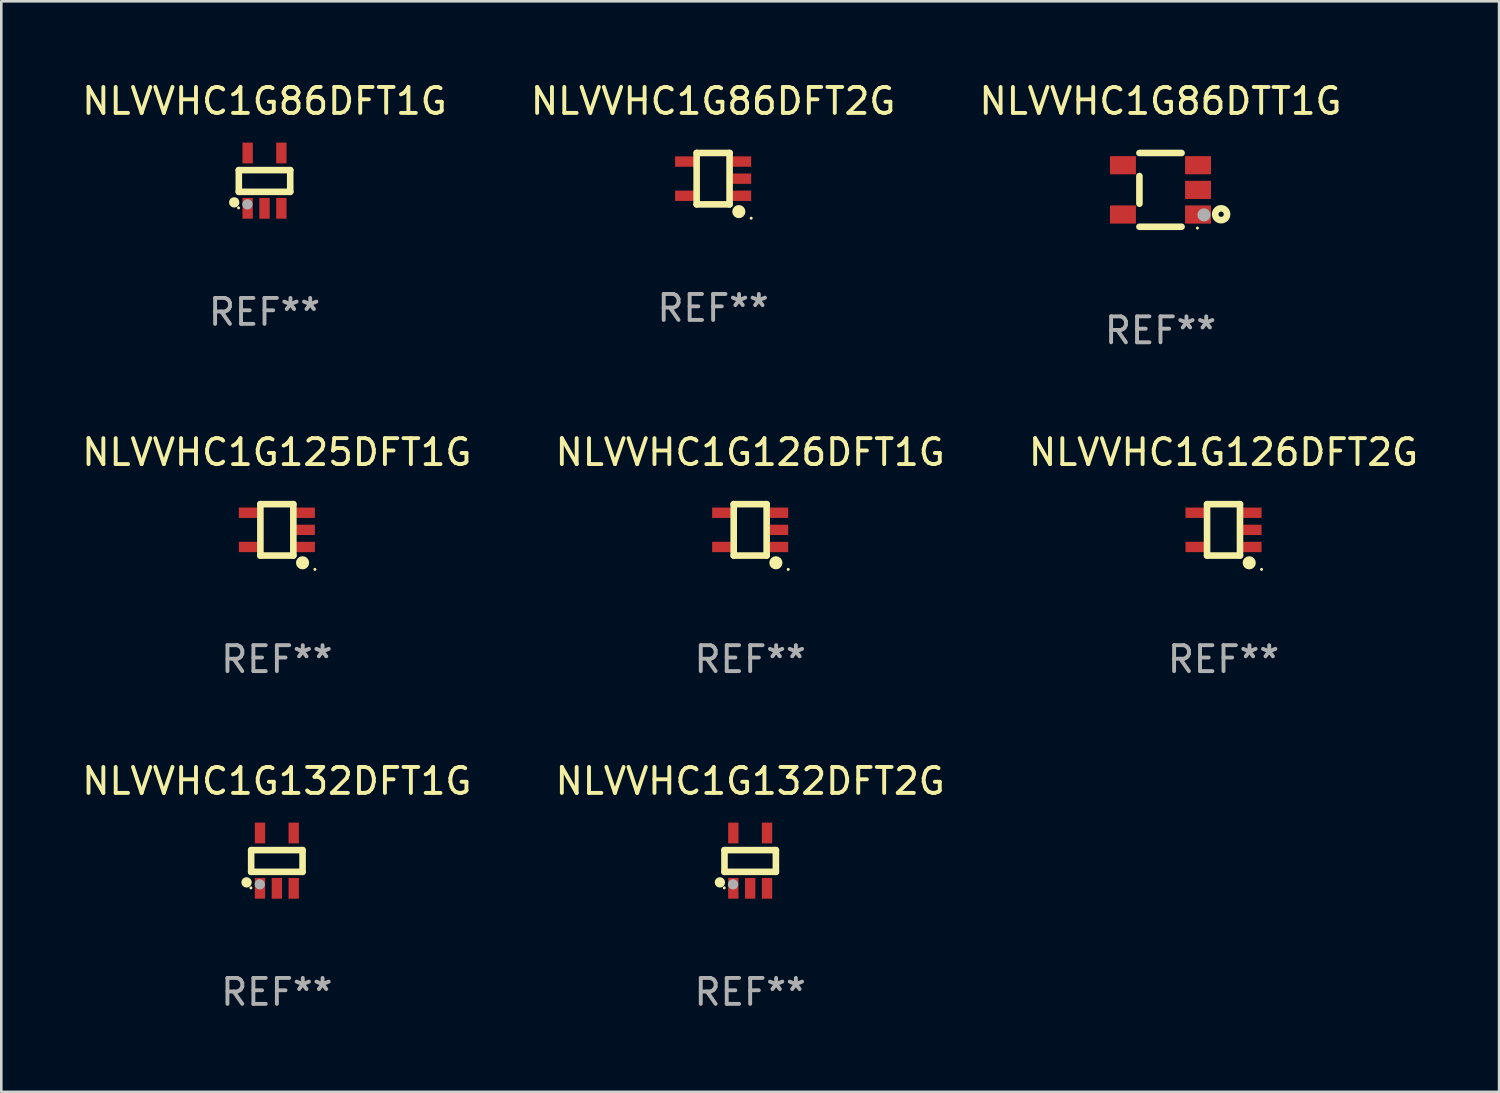
<source format=kicad_pcb>
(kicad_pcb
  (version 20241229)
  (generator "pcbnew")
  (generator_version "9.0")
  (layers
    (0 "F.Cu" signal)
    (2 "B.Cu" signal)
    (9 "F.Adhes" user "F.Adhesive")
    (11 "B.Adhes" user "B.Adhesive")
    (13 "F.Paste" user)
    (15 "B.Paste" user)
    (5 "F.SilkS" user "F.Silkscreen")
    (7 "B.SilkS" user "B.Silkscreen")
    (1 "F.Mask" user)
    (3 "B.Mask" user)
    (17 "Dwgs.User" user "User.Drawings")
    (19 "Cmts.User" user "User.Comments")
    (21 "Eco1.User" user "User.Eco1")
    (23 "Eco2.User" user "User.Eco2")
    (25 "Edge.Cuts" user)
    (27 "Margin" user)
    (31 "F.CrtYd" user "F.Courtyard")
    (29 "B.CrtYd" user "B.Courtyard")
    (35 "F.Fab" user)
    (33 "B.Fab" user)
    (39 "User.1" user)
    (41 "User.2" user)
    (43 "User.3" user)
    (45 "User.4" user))
  (footprint "NLVVHC1G126DFT1G"
    (layer "F.Cu")
    (at 25.875 17.38)
    (property "Reference" "NLVVHC1G126DFT1G" (at 0 -2.991 0) (layer "F.SilkS") (effects (font (size 1 1) (thickness 0.15))))
    (attr through_hole)
    (fp_line (start -0.635 -0.991) (end 0.635 -0.991) (stroke (width 0.254) (type solid)) (layer "F.SilkS"))
    (fp_line (start -0.635 0.991) (end -0.635 -0.991) (stroke (width 0.254) (type solid)) (layer "F.SilkS"))
    (fp_line (start 0.635 -0.991) (end 0.635 0.991) (stroke (width 0.254) (type solid)) (layer "F.SilkS"))
    (fp_line (start 0.635 0.991) (end -0.635 0.991) (stroke (width 0.254) (type solid)) (layer "F.SilkS"))
    (fp_circle (center 0.991 1.27) (end 1.118 1.27) (stroke (width 0.254) (type solid)) (fill no) (layer "F.SilkS"))
    (fp_circle (center 1.467 1.524) (end 1.497 1.524) (stroke (width 0.06) (type solid)) (fill no) (layer "F.SilkS"))
    (fp_text user "REF**" (at 0 4.991 0) (layer "F.Fab") (effects (font (size 1 1) (thickness 0.15))))
    (pad "1" smd rect (at 1.067 0.66 180) (size 0.8 0.399) (layers "F.Cu" "F.Mask" "F.Paste"))
    (pad "2" smd rect (at 1.067 0 180) (size 0.8 0.399) (layers "F.Cu" "F.Mask" "F.Paste"))
    (pad "3" smd rect (at 1.067 -0.66 180) (size 0.8 0.399) (layers "F.Cu" "F.Mask" "F.Paste"))
    (pad "4" smd rect (at -1.067 -0.66 180) (size 0.8 0.399) (layers "F.Cu" "F.Mask" "F.Paste"))
    (pad "5" smd rect (at -1.066 0.659 180) (size 0.8 0.399) (layers "F.Cu" "F.Mask" "F.Paste")))
  (footprint "NLVVHC1G132DFT2G"
    (layer "F.Cu")
    (at 25.875 30.134)
    (property "Reference" "NLVVHC1G132DFT2G" (at 0 -3.067 0) (layer "F.SilkS") (effects (font (size 1 1) (thickness 0.15))))
    (attr through_hole)
    (fp_line (start -0.991 -0.406) (end 0.991 -0.406) (stroke (width 0.254) (type solid)) (layer "F.SilkS"))
    (fp_line (start -0.991 0.432) (end -0.991 -0.406) (stroke (width 0.254) (type solid)) (layer "F.SilkS"))
    (fp_line (start 0.991 -0.406) (end 0.991 0.432) (stroke (width 0.254) (type solid)) (layer "F.SilkS"))
    (fp_line (start 0.991 0.432) (end -0.991 0.432) (stroke (width 0.254) (type solid)) (layer "F.SilkS"))
    (fp_circle (center -1.168 0.838) (end -1.068 0.838) (stroke (width 0.2) (type solid)) (fill no) (layer "F.SilkS"))
    (fp_circle (center -1 1.05) (end -0.97 1.05) (stroke (width 0.06) (type solid)) (fill no) (layer "F.SilkS"))
    (fp_circle (center -0.66 0.914) (end -0.56 0.914) (stroke (width 0.2) (type solid)) (fill no) (layer "F.Fab"))
    (fp_text user "REF**" (at 0 5.067 0) (layer "F.Fab") (effects (font (size 1 1) (thickness 0.15))))
    (pad "1" smd rect (at -0.65 1.067 90) (size 0.8 0.399) (layers "F.Cu" "F.Mask" "F.Paste"))
    (pad "2" smd rect (at 0 1.067 90) (size 0.8 0.399) (layers "F.Cu" "F.Mask" "F.Paste"))
    (pad "3" smd rect (at 0.65 1.067 90) (size 0.8 0.399) (layers "F.Cu" "F.Mask" "F.Paste"))
    (pad "4" smd rect (at 0.65 -1.067 90) (size 0.8 0.399) (layers "F.Cu" "F.Mask" "F.Paste"))
    (pad "5" smd rect (at -0.65 -1.066 90) (size 0.8 0.399) (layers "F.Cu" "F.Mask" "F.Paste")))
  (footprint "NLVVHC1G125DFT1G"
    (layer "F.Cu")
    (at 7.625 17.38)
    (property "Reference" "NLVVHC1G125DFT1G" (at 0 -2.991 0) (layer "F.SilkS") (effects (font (size 1 1) (thickness 0.15))))
    (attr through_hole)
    (fp_line (start -0.635 -0.991) (end 0.635 -0.991) (stroke (width 0.254) (type solid)) (layer "F.SilkS"))
    (fp_line (start -0.635 0.991) (end -0.635 -0.991) (stroke (width 0.254) (type solid)) (layer "F.SilkS"))
    (fp_line (start 0.635 -0.991) (end 0.635 0.991) (stroke (width 0.254) (type solid)) (layer "F.SilkS"))
    (fp_line (start 0.635 0.991) (end -0.635 0.991) (stroke (width 0.254) (type solid)) (layer "F.SilkS"))
    (fp_circle (center 0.991 1.27) (end 1.118 1.27) (stroke (width 0.254) (type solid)) (fill no) (layer "F.SilkS"))
    (fp_circle (center 1.467 1.524) (end 1.497 1.524) (stroke (width 0.06) (type solid)) (fill no) (layer "F.SilkS"))
    (fp_text user "REF**" (at 0 4.991 0) (layer "F.Fab") (effects (font (size 1 1) (thickness 0.15))))
    (pad "1" smd rect (at 1.067 0.66 180) (size 0.8 0.399) (layers "F.Cu" "F.Mask" "F.Paste"))
    (pad "2" smd rect (at 1.067 0 180) (size 0.8 0.399) (layers "F.Cu" "F.Mask" "F.Paste"))
    (pad "3" smd rect (at 1.067 -0.66 180) (size 0.8 0.399) (layers "F.Cu" "F.Mask" "F.Paste"))
    (pad "4" smd rect (at -1.067 -0.66 180) (size 0.8 0.399) (layers "F.Cu" "F.Mask" "F.Paste"))
    (pad "5" smd rect (at -1.066 0.659 180) (size 0.8 0.399) (layers "F.Cu" "F.Mask" "F.Paste")))
  (footprint "NLVVHC1G132DFT1G"
    (layer "F.Cu")
    (at 7.625 30.134)
    (property "Reference" "NLVVHC1G132DFT1G" (at 0 -3.067 0) (layer "F.SilkS") (effects (font (size 1 1) (thickness 0.15))))
    (attr through_hole)
    (fp_line (start -0.991 -0.406) (end 0.991 -0.406) (stroke (width 0.254) (type solid)) (layer "F.SilkS"))
    (fp_line (start -0.991 0.432) (end -0.991 -0.406) (stroke (width 0.254) (type solid)) (layer "F.SilkS"))
    (fp_line (start 0.991 -0.406) (end 0.991 0.432) (stroke (width 0.254) (type solid)) (layer "F.SilkS"))
    (fp_line (start 0.991 0.432) (end -0.991 0.432) (stroke (width 0.254) (type solid)) (layer "F.SilkS"))
    (fp_circle (center -1.168 0.838) (end -1.068 0.838) (stroke (width 0.2) (type solid)) (fill no) (layer "F.SilkS"))
    (fp_circle (center -1 1.05) (end -0.97 1.05) (stroke (width 0.06) (type solid)) (fill no) (layer "F.SilkS"))
    (fp_circle (center -0.66 0.914) (end -0.56 0.914) (stroke (width 0.2) (type solid)) (fill no) (layer "F.Fab"))
    (fp_text user "REF**" (at 0 5.067 0) (layer "F.Fab") (effects (font (size 1 1) (thickness 0.15))))
    (pad "1" smd rect (at -0.65 1.067 90) (size 0.8 0.399) (layers "F.Cu" "F.Mask" "F.Paste"))
    (pad "2" smd rect (at 0 1.067 90) (size 0.8 0.399) (layers "F.Cu" "F.Mask" "F.Paste"))
    (pad "3" smd rect (at 0.65 1.067 90) (size 0.8 0.399) (layers "F.Cu" "F.Mask" "F.Paste"))
    (pad "4" smd rect (at 0.65 -1.067 90) (size 0.8 0.399) (layers "F.Cu" "F.Mask" "F.Paste"))
    (pad "5" smd rect (at -0.65 -1.066 90) (size 0.8 0.399) (layers "F.Cu" "F.Mask" "F.Paste")))
  (footprint "NLVVHC1G86DTT1G"
    (layer "F.Cu")
    (at 41.696 4.271)
    (property "Reference" "NLVVHC1G86DTT1G" (at 0 -3.422 0) (layer "F.SilkS") (effects (font (size 1 1) (thickness 0.15))))
    (attr through_hole)
    (fp_line (start -0.813 -1.422) (end 0.812 -1.422) (stroke (width 0.254) (type solid)) (layer "F.SilkS"))
    (fp_line (start -0.813 0.533) (end -0.813 -0.533) (stroke (width 0.254) (type solid)) (layer "F.SilkS"))
    (fp_line (start 0.812 1.422) (end -0.813 1.422) (stroke (width 0.254) (type solid)) (layer "F.SilkS"))
    (fp_circle (center 1.423 1.473) (end 1.453 1.473) (stroke (width 0.06) (type solid)) (fill no) (layer "F.SilkS"))
    (fp_circle (center 2.337 0.94) (end 2.439 0.94) (stroke (width 0.254) (type solid)) (fill no) (layer "F.SilkS"))
    (fp_circle (center 1.677 0.965) (end 1.804 0.965) (stroke (width 0.254) (type solid)) (fill no) (layer "F.Fab"))
    (fp_text user "REF**" (at 0 5.422 0) (layer "F.Fab") (effects (font (size 1 1) (thickness 0.15))))
    (pad "1" smd rect (at 1.448 0.95 90) (size 0.7 1) (layers "F.Cu" "F.Mask" "F.Paste"))
    (pad "2" smd rect (at 1.448 0.000127 90) (size 0.7 1) (layers "F.Cu" "F.Mask" "F.Paste"))
    (pad "3" smd rect (at 1.448 -0.95 90) (size 0.7 1) (layers "F.Cu" "F.Mask" "F.Paste"))
    (pad "4" smd rect (at -1.448 -0.95 90) (size 0.7 1) (layers "F.Cu" "F.Mask" "F.Paste"))
    (pad "5" smd rect (at -1.448 0.95 90) (size 0.7 1) (layers "F.Cu" "F.Mask" "F.Paste")))
  (footprint "NLVVHC1G86DFT1G"
    (layer "F.Cu")
    (at 7.149 3.915)
    (property "Reference" "NLVVHC1G86DFT1G" (at 0 -3.067 0) (layer "F.SilkS") (effects (font (size 1 1) (thickness 0.15))))
    (attr through_hole)
    (fp_line (start -0.991 -0.406) (end 0.991 -0.406) (stroke (width 0.254) (type solid)) (layer "F.SilkS"))
    (fp_line (start -0.991 0.432) (end -0.991 -0.406) (stroke (width 0.254) (type solid)) (layer "F.SilkS"))
    (fp_line (start 0.991 -0.406) (end 0.991 0.432) (stroke (width 0.254) (type solid)) (layer "F.SilkS"))
    (fp_line (start 0.991 0.432) (end -0.991 0.432) (stroke (width 0.254) (type solid)) (layer "F.SilkS"))
    (fp_circle (center -1.168 0.838) (end -1.068 0.838) (stroke (width 0.2) (type solid)) (fill no) (layer "F.SilkS"))
    (fp_circle (center -1 1.05) (end -0.97 1.05) (stroke (width 0.06) (type solid)) (fill no) (layer "F.SilkS"))
    (fp_circle (center -0.66 0.914) (end -0.56 0.914) (stroke (width 0.2) (type solid)) (fill no) (layer "F.Fab"))
    (fp_text user "REF**" (at 0 5.067 0) (layer "F.Fab") (effects (font (size 1 1) (thickness 0.15))))
    (pad "1" smd rect (at -0.65 1.067 90) (size 0.8 0.399) (layers "F.Cu" "F.Mask" "F.Paste"))
    (pad "2" smd rect (at 0 1.067 90) (size 0.8 0.399) (layers "F.Cu" "F.Mask" "F.Paste"))
    (pad "3" smd rect (at 0.65 1.067 90) (size 0.8 0.399) (layers "F.Cu" "F.Mask" "F.Paste"))
    (pad "4" smd rect (at 0.65 -1.067 90) (size 0.8 0.399) (layers "F.Cu" "F.Mask" "F.Paste"))
    (pad "5" smd rect (at -0.65 -1.066 90) (size 0.8 0.399) (layers "F.Cu" "F.Mask" "F.Paste")))
  (footprint "NLVVHC1G86DFT2G"
    (layer "F.Cu")
    (at 24.446 3.839)
    (property "Reference" "NLVVHC1G86DFT2G" (at 0 -2.991 0) (layer "F.SilkS") (effects (font (size 1 1) (thickness 0.15))))
    (attr through_hole)
    (fp_line (start -0.635 -0.991) (end 0.635 -0.991) (stroke (width 0.254) (type solid)) (layer "F.SilkS"))
    (fp_line (start -0.635 0.991) (end -0.635 -0.991) (stroke (width 0.254) (type solid)) (layer "F.SilkS"))
    (fp_line (start 0.635 -0.991) (end 0.635 0.991) (stroke (width 0.254) (type solid)) (layer "F.SilkS"))
    (fp_line (start 0.635 0.991) (end -0.635 0.991) (stroke (width 0.254) (type solid)) (layer "F.SilkS"))
    (fp_circle (center 0.991 1.27) (end 1.118 1.27) (stroke (width 0.254) (type solid)) (fill no) (layer "F.SilkS"))
    (fp_circle (center 1.467 1.524) (end 1.497 1.524) (stroke (width 0.06) (type solid)) (fill no) (layer "F.SilkS"))
    (fp_text user "REF**" (at 0 4.991 0) (layer "F.Fab") (effects (font (size 1 1) (thickness 0.15))))
    (pad "1" smd rect (at 1.067 0.66 180) (size 0.8 0.399) (layers "F.Cu" "F.Mask" "F.Paste"))
    (pad "2" smd rect (at 1.067 0 180) (size 0.8 0.399) (layers "F.Cu" "F.Mask" "F.Paste"))
    (pad "3" smd rect (at 1.067 -0.66 180) (size 0.8 0.399) (layers "F.Cu" "F.Mask" "F.Paste"))
    (pad "4" smd rect (at -1.067 -0.66 180) (size 0.8 0.399) (layers "F.Cu" "F.Mask" "F.Paste"))
    (pad "5" smd rect (at -1.066 0.659 180) (size 0.8 0.399) (layers "F.Cu" "F.Mask" "F.Paste")))
  (footprint "NLVVHC1G126DFT2G"
    (layer "F.Cu")
    (at 44.125 17.38)
    (property "Reference" "NLVVHC1G126DFT2G" (at 0 -2.991 0) (layer "F.SilkS") (effects (font (size 1 1) (thickness 0.15))))
    (attr through_hole)
    (fp_line (start -0.635 -0.991) (end 0.635 -0.991) (stroke (width 0.254) (type solid)) (layer "F.SilkS"))
    (fp_line (start -0.635 0.991) (end -0.635 -0.991) (stroke (width 0.254) (type solid)) (layer "F.SilkS"))
    (fp_line (start 0.635 -0.991) (end 0.635 0.991) (stroke (width 0.254) (type solid)) (layer "F.SilkS"))
    (fp_line (start 0.635 0.991) (end -0.635 0.991) (stroke (width 0.254) (type solid)) (layer "F.SilkS"))
    (fp_circle (center 0.991 1.27) (end 1.118 1.27) (stroke (width 0.254) (type solid)) (fill no) (layer "F.SilkS"))
    (fp_circle (center 1.467 1.524) (end 1.497 1.524) (stroke (width 0.06) (type solid)) (fill no) (layer "F.SilkS"))
    (fp_text user "REF**" (at 0 4.991 0) (layer "F.Fab") (effects (font (size 1 1) (thickness 0.15))))
    (pad "1" smd rect (at 1.067 0.66 180) (size 0.8 0.399) (layers "F.Cu" "F.Mask" "F.Paste"))
    (pad "2" smd rect (at 1.067 0 180) (size 0.8 0.399) (layers "F.Cu" "F.Mask" "F.Paste"))
    (pad "3" smd rect (at 1.067 -0.66 180) (size 0.8 0.399) (layers "F.Cu" "F.Mask" "F.Paste"))
    (pad "4" smd rect (at -1.067 -0.66 180) (size 0.8 0.399) (layers "F.Cu" "F.Mask" "F.Paste"))
    (pad "5" smd rect (at -1.066 0.659 180) (size 0.8 0.399) (layers "F.Cu" "F.Mask" "F.Paste")))
  (gr_rect
    (start -3 -3)
    (end 54.75 39.049)
    (stroke (width 0.1) (type default))
    (fill no)
    (layer "Edge.Cuts")))
</source>
